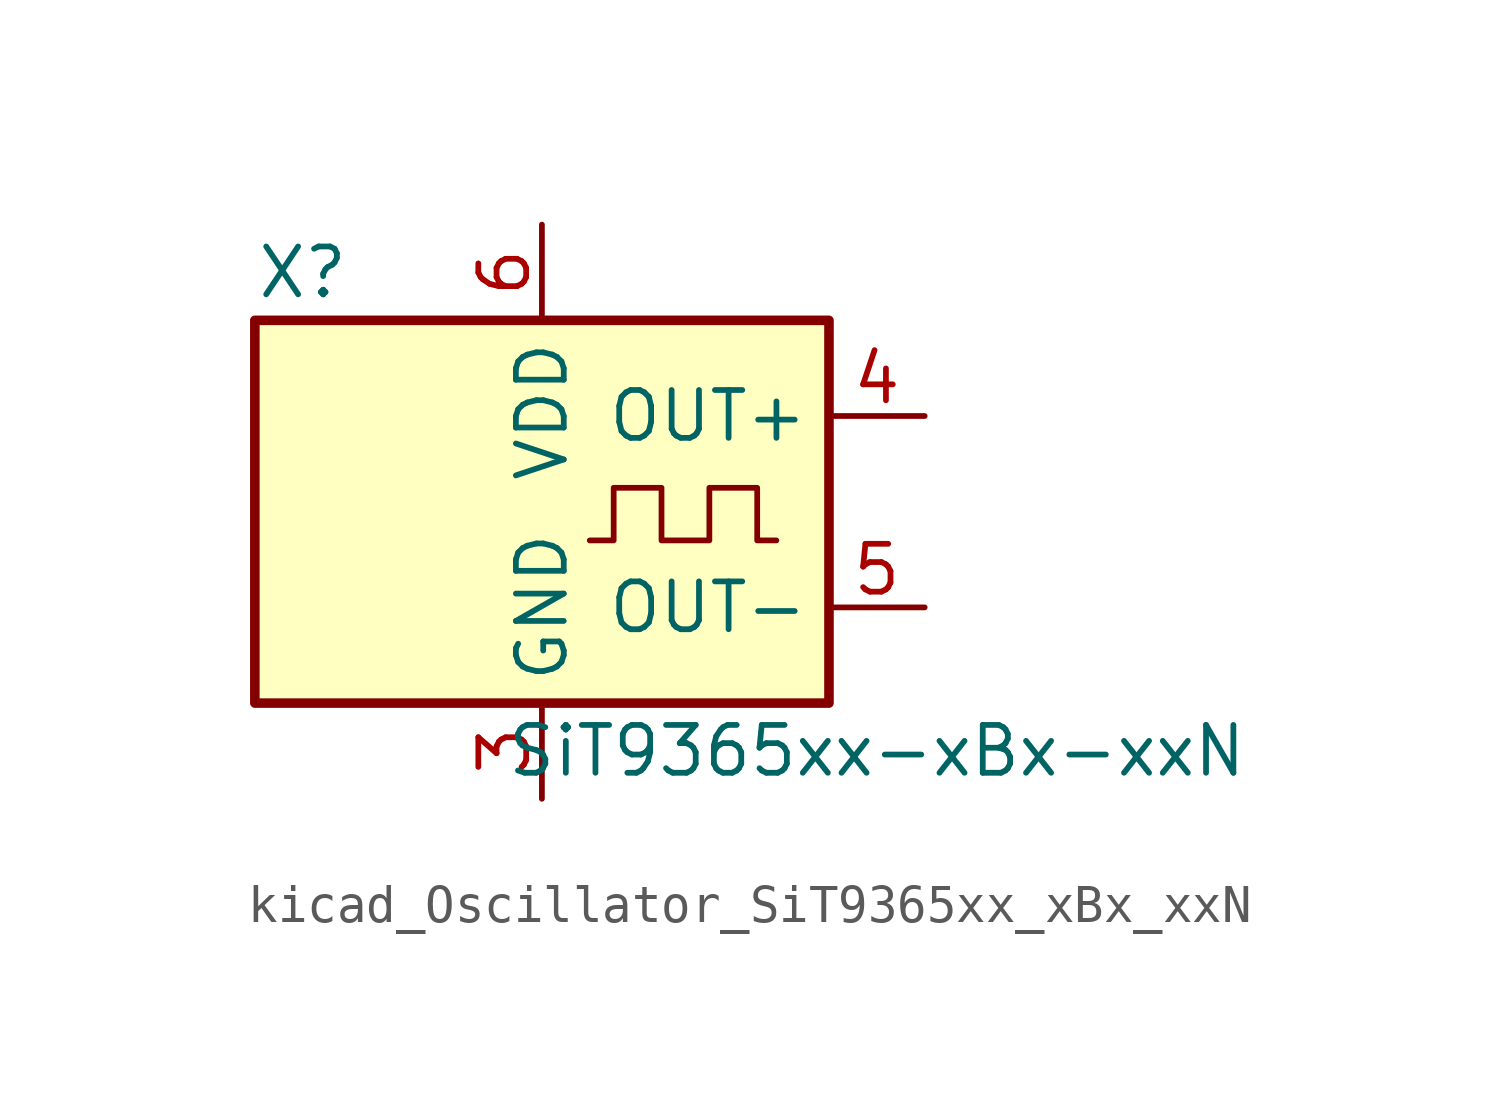
<source format=kicad_sym>
(kicad_symbol_lib
  (version 20220914)
  (generator kicad_symbol_editor)
  (symbol "kicad_Oscillator_SiT9365xx_xBx_xxN"
    (property "Reference" "X"
      (at -6.35 6.35 0)
      (effects (font (size 1.27 1.27))))
    (property "Value" "SiT9365xx-xBx-xxN"
      (at 8.89 -6.35 0)
      (effects (font (size 1.27 1.27))))
    (symbol "kicad_Oscillator_SiT9365xx_xBx_xxN_0_1"
      (rectangle (start -7.62 5.08) (end 7.62 -5.08) (stroke (width 0.254) (type default)) (fill (type background)))
      (polyline (pts (xy 1.27 -0.762) (xy 1.905 -0.762) (xy 1.905 0.635) (xy 3.175 0.635) (xy 3.175 -0.762) (xy 4.445 -0.762) (xy 4.445 0.635) (xy 5.715 0.635) (xy 5.715 -0.762) (xy 6.223 -0.762)) (stroke (width 0) (type default)) (fill (type none))))
    (symbol "kicad_Oscillator_SiT9365xx_xBx_xxN_1_1"
      (pin no_connect line (at -7.62 0 0) (length 2.54) hide (name "NC" (effects (font (size 1.27 1.27)))) (number "1" (effects (font (size 1.27 1.27)))))
      (pin no_connect line (at -7.62 2.54 0) (length 2.54) hide (name "NC" (effects (font (size 1.27 1.27)))) (number "2" (effects (font (size 1.27 1.27)))))
      (pin power_in line (at 0 -7.62 90) (length 2.54) (name "GND" (effects (font (size 1.27 1.27)))) (number "3" (effects (font (size 1.27 1.27)))))
      (pin output line (at 10.16 2.54 180) (length 2.54) (name "OUT+" (effects (font (size 1.27 1.27)))) (number "4" (effects (font (size 1.27 1.27)))))
      (pin output line (at 10.16 -2.54 180) (length 2.54) (name "OUT-" (effects (font (size 1.27 1.27)))) (number "5" (effects (font (size 1.27 1.27)))))
      (pin power_in line (at 0 7.62 270) (length 2.54) (name "VDD" (effects (font (size 1.27 1.27)))) (number "6" (effects (font (size 1.27 1.27))))))))
</source>
